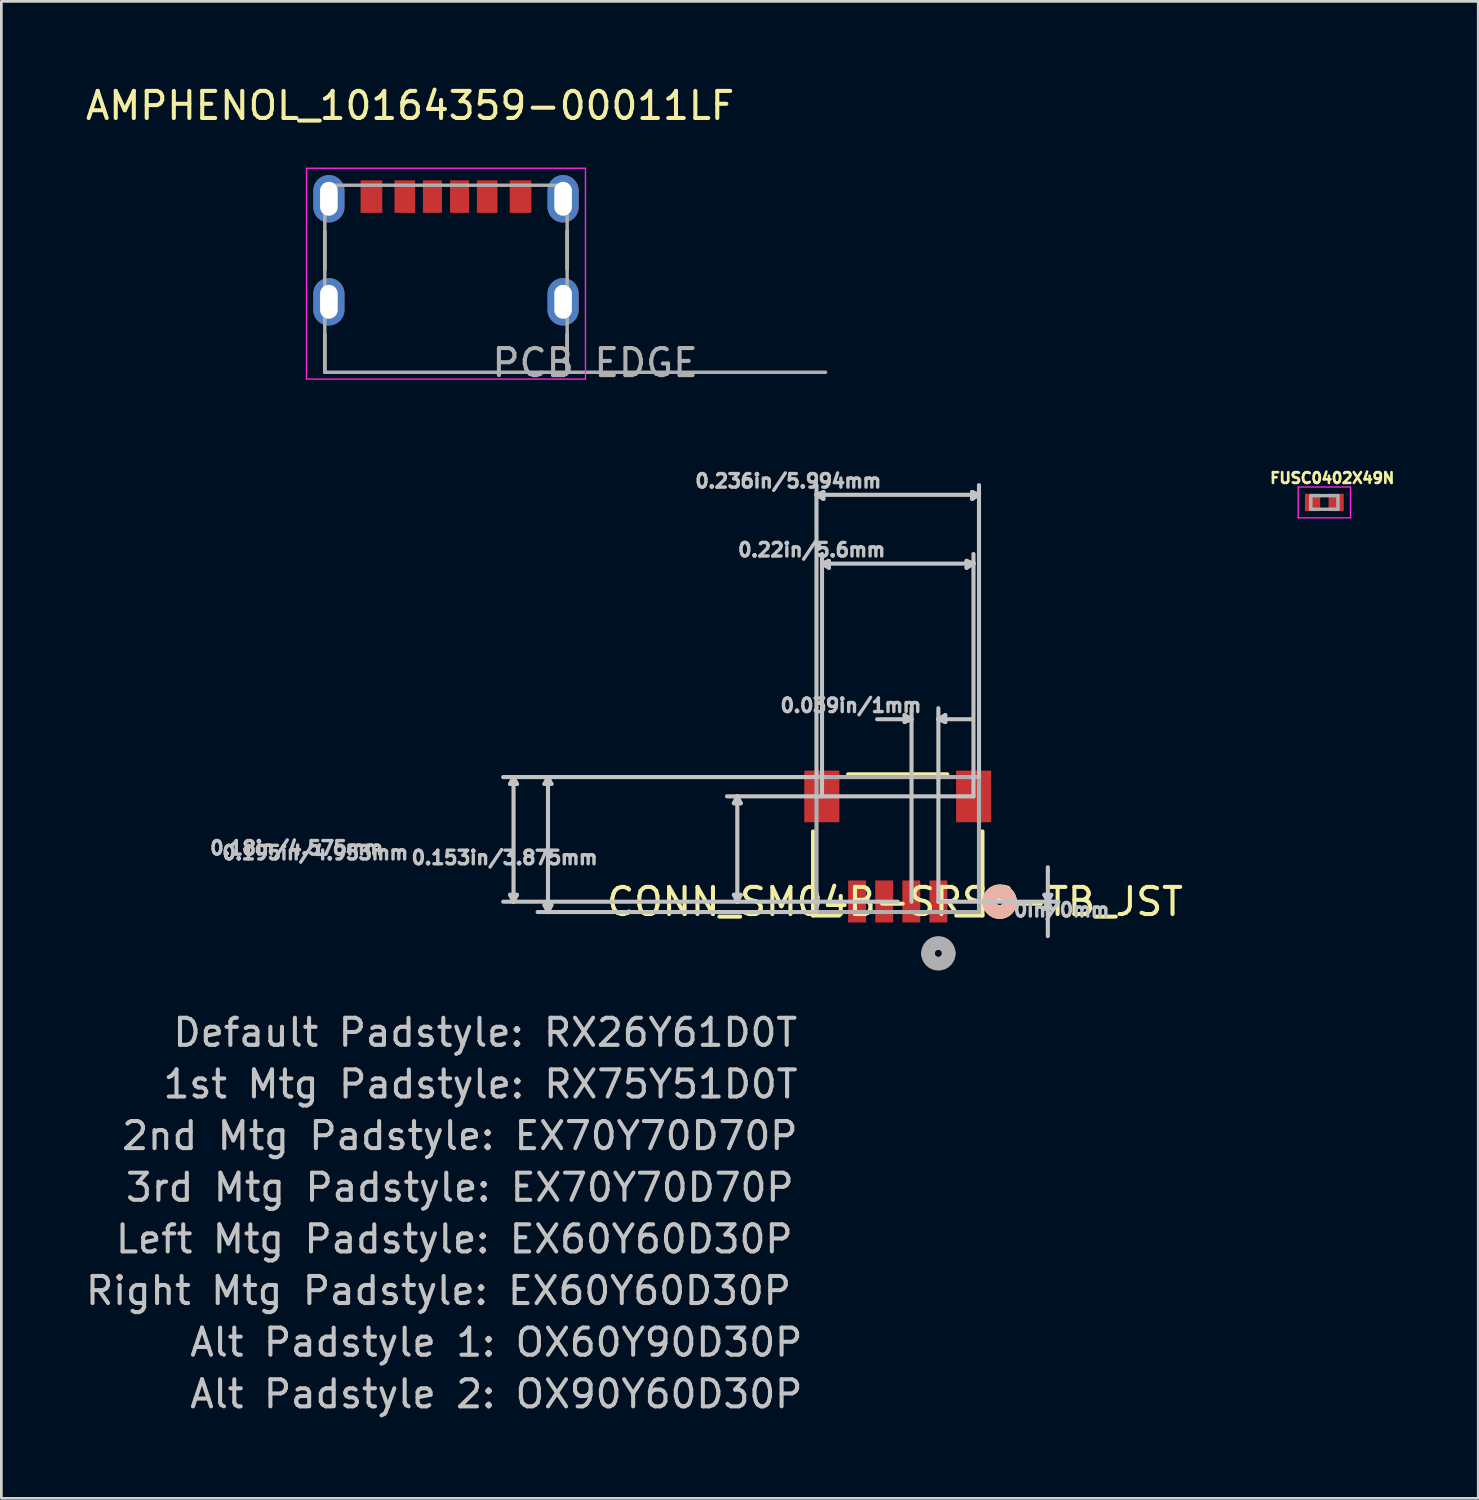
<source format=kicad_pcb>
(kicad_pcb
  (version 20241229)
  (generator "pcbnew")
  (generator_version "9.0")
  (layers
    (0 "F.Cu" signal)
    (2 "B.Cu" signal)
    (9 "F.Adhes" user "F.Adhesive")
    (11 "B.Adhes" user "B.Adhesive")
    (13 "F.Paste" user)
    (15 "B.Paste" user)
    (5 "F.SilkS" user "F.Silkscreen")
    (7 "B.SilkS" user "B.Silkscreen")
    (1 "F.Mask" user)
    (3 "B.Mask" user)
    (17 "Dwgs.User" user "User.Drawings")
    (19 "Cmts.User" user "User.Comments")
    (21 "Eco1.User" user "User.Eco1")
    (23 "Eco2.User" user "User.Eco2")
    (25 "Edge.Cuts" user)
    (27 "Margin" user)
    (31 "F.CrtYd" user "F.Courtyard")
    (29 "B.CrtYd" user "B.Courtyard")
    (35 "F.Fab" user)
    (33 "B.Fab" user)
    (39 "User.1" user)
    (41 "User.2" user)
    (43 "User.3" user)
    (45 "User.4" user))
  (footprint "CONN_SM04B-SRSS-TB_JST"
    (layer "F.Cu")
    (at 30.067 28.105)
    (property "Reference" "CONN_SM04B-SRSS-TB_JST" (at -0.102 2.108 0) (layer "F.SilkS") (effects (font (size 1 1) (thickness 0.15))))
    (attr smd)
    (fp_line (start -3.124 -0.483) (end -3.124 2.616) (stroke (width 0.152) (type solid)) (layer "F.SilkS"))
    (fp_line (start -3.124 2.616) (end -2.159 2.616) (stroke (width 0.152) (type solid)) (layer "F.SilkS"))
    (fp_line (start 1.829 -2.591) (end -1.829 -2.591) (stroke (width 0.152) (type solid)) (layer "F.SilkS"))
    (fp_line (start 2.159 2.616) (end 3.124 2.616) (stroke (width 0.152) (type solid)) (layer "F.SilkS"))
    (fp_line (start 3.124 2.616) (end 3.124 -0.483) (stroke (width 0.152) (type solid)) (layer "F.SilkS"))
    (fp_arc (start 3.3782 2.1082) (mid 3.7592 1.7272) (end 4.1402 2.1082) (stroke (width 0.508) (type solid)) (layer "F.SilkS"))
    (fp_arc (start 4.1402 2.1082) (mid 3.7592 2.4892) (end 3.3782 2.1082) (stroke (width 0.508) (type solid)) (layer "F.SilkS"))
    (fp_arc (start 3.3782 2.1082) (mid 3.7592 1.7272) (end 4.1402 2.1082) (stroke (width 0.508) (type solid)) (layer "B.SilkS"))
    (fp_arc (start 4.1402 2.1082) (mid 3.7592 2.4892) (end 3.3782 2.1082) (stroke (width 0.508) (type solid)) (layer "B.SilkS"))
    (fp_line (start -14.3 -2.235) (end -14.046 -2.235) (stroke (width 0.152) (type solid)) (layer "Dwgs.User"))
    (fp_line (start -14.3 1.854) (end -14.046 1.854) (stroke (width 0.152) (type solid)) (layer "Dwgs.User"))
    (fp_line (start -14.173 -2.489) (end -14.554 -2.489) (stroke (width 0.152) (type solid)) (layer "Dwgs.User"))
    (fp_line (start -14.173 -2.489) (end -14.3 -2.235) (stroke (width 0.152) (type solid)) (layer "Dwgs.User"))
    (fp_line (start -14.173 -2.489) (end -14.173 2.108) (stroke (width 0.152) (type solid)) (layer "Dwgs.User"))
    (fp_line (start -14.173 -2.489) (end -14.046 -2.235) (stroke (width 0.152) (type solid)) (layer "Dwgs.User"))
    (fp_line (start -14.173 2.108) (end -14.554 2.108) (stroke (width 0.152) (type solid)) (layer "Dwgs.User"))
    (fp_line (start -14.173 2.108) (end -14.3 1.854) (stroke (width 0.152) (type solid)) (layer "Dwgs.User"))
    (fp_line (start -14.173 2.108) (end -14.046 1.854) (stroke (width 0.152) (type solid)) (layer "Dwgs.User"))
    (fp_line (start -13.03 -2.235) (end -12.776 -2.235) (stroke (width 0.152) (type solid)) (layer "Dwgs.User"))
    (fp_line (start -13.03 2.235) (end -12.776 2.235) (stroke (width 0.152) (type solid)) (layer "Dwgs.User"))
    (fp_line (start -12.903 -2.489) (end -14.173 -2.489) (stroke (width 0.152) (type solid)) (layer "Dwgs.User"))
    (fp_line (start -12.903 -2.489) (end -13.03 -2.235) (stroke (width 0.152) (type solid)) (layer "Dwgs.User"))
    (fp_line (start -12.903 -2.489) (end -12.903 2.489) (stroke (width 0.152) (type solid)) (layer "Dwgs.User"))
    (fp_line (start -12.903 -2.489) (end -12.776 -2.235) (stroke (width 0.152) (type solid)) (layer "Dwgs.User"))
    (fp_line (start -12.903 2.489) (end -13.284 2.489) (stroke (width 0.152) (type solid)) (layer "Dwgs.User"))
    (fp_line (start -12.903 2.489) (end -13.03 2.235) (stroke (width 0.152) (type solid)) (layer "Dwgs.User"))
    (fp_line (start -12.903 2.489) (end -12.776 2.235) (stroke (width 0.152) (type solid)) (layer "Dwgs.User"))
    (fp_line (start -6.045 -1.524) (end -5.791 -1.524) (stroke (width 0.152) (type solid)) (layer "Dwgs.User"))
    (fp_line (start -6.045 1.854) (end -5.791 1.854) (stroke (width 0.152) (type solid)) (layer "Dwgs.User"))
    (fp_line (start -5.918 -1.778) (end -6.299 -1.778) (stroke (width 0.152) (type solid)) (layer "Dwgs.User"))
    (fp_line (start -5.918 -1.778) (end -6.045 -1.524) (stroke (width 0.152) (type solid)) (layer "Dwgs.User"))
    (fp_line (start -5.918 -1.778) (end -5.918 2.108) (stroke (width 0.152) (type solid)) (layer "Dwgs.User"))
    (fp_line (start -5.918 -1.778) (end -5.791 -1.524) (stroke (width 0.152) (type solid)) (layer "Dwgs.User"))
    (fp_line (start -5.918 2.108) (end -14.173 2.108) (stroke (width 0.152) (type solid)) (layer "Dwgs.User"))
    (fp_line (start -5.918 2.108) (end -6.045 1.854) (stroke (width 0.152) (type solid)) (layer "Dwgs.User"))
    (fp_line (start -5.918 2.108) (end -5.791 1.854) (stroke (width 0.152) (type solid)) (layer "Dwgs.User"))
    (fp_line (start -2.997 -12.903) (end -2.997 -13.259) (stroke (width 0.152) (type solid)) (layer "Dwgs.User"))
    (fp_line (start -2.997 -12.903) (end -2.743 -13.005) (stroke (width 0.152) (type solid)) (layer "Dwgs.User"))
    (fp_line (start -2.997 -12.903) (end -2.743 -12.751) (stroke (width 0.152) (type solid)) (layer "Dwgs.User"))
    (fp_line (start -2.997 -12.903) (end 2.997 -12.903) (stroke (width 0.152) (type solid)) (layer "Dwgs.User"))
    (fp_line (start -2.997 -2.489) (end -12.903 -2.489) (stroke (width 0.152) (type solid)) (layer "Dwgs.User"))
    (fp_line (start -2.997 -2.489) (end -2.997 -12.903) (stroke (width 0.152) (type solid)) (layer "Dwgs.User"))
    (fp_line (start -2.997 2.489) (end -12.903 2.489) (stroke (width 0.152) (type solid)) (layer "Dwgs.User"))
    (fp_line (start -2.794 -10.363) (end -2.794 -10.719) (stroke (width 0.152) (type solid)) (layer "Dwgs.User"))
    (fp_line (start -2.794 -10.363) (end -2.54 -10.465) (stroke (width 0.152) (type solid)) (layer "Dwgs.User"))
    (fp_line (start -2.794 -10.363) (end -2.54 -10.211) (stroke (width 0.152) (type solid)) (layer "Dwgs.User"))
    (fp_line (start -2.794 -10.363) (end 2.794 -10.363) (stroke (width 0.152) (type solid)) (layer "Dwgs.User"))
    (fp_line (start -2.794 -1.778) (end -2.794 -10.363) (stroke (width 0.152) (type solid)) (layer "Dwgs.User"))
    (fp_line (start -2.743 -13.005) (end -2.743 -12.751) (stroke (width 0.152) (type solid)) (layer "Dwgs.User"))
    (fp_line (start -2.54 -10.465) (end -2.54 -10.211) (stroke (width 0.152) (type solid)) (layer "Dwgs.User"))
    (fp_line (start 0 2.108) (end -5.918 2.108) (stroke (width 0.152) (type solid)) (layer "Dwgs.User"))
    (fp_line (start 0.254 -4.775) (end 0.254 -4.521) (stroke (width 0.152) (type solid)) (layer "Dwgs.User"))
    (fp_line (start 0.508 -4.623) (end -0.762 -4.623) (stroke (width 0.152) (type solid)) (layer "Dwgs.User"))
    (fp_line (start 0.508 -4.623) (end 0.254 -4.775) (stroke (width 0.152) (type solid)) (layer "Dwgs.User"))
    (fp_line (start 0.508 -4.623) (end 0.254 -4.521) (stroke (width 0.152) (type solid)) (layer "Dwgs.User"))
    (fp_line (start 0.508 -4.623) (end 0.508 -5.029) (stroke (width 0.152) (type solid)) (layer "Dwgs.User"))
    (fp_line (start 0.508 2.108) (end 0.508 -4.623) (stroke (width 0.152) (type solid)) (layer "Dwgs.User"))
    (fp_line (start 1.499 -4.623) (end 1.499 -5.029) (stroke (width 0.152) (type solid)) (layer "Dwgs.User"))
    (fp_line (start 1.499 -4.623) (end 1.753 -4.775) (stroke (width 0.152) (type solid)) (layer "Dwgs.User"))
    (fp_line (start 1.499 -4.623) (end 1.753 -4.521) (stroke (width 0.152) (type solid)) (layer "Dwgs.User"))
    (fp_line (start 1.499 -4.623) (end 2.769 -4.623) (stroke (width 0.152) (type solid)) (layer "Dwgs.User"))
    (fp_line (start 1.499 2.108) (end 1.499 -4.623) (stroke (width 0.152) (type solid)) (layer "Dwgs.User"))
    (fp_line (start 1.499 2.108) (end 5.537 2.108) (stroke (width 0.152) (type solid)) (layer "Dwgs.User"))
    (fp_line (start 1.753 -4.775) (end 1.753 -4.521) (stroke (width 0.152) (type solid)) (layer "Dwgs.User"))
    (fp_line (start 2.54 -10.465) (end 2.54 -10.211) (stroke (width 0.152) (type solid)) (layer "Dwgs.User"))
    (fp_line (start 2.743 -13.005) (end 2.743 -12.751) (stroke (width 0.152) (type solid)) (layer "Dwgs.User"))
    (fp_line (start 2.794 -10.363) (end 2.54 -10.465) (stroke (width 0.152) (type solid)) (layer "Dwgs.User"))
    (fp_line (start 2.794 -10.363) (end 2.54 -10.211) (stroke (width 0.152) (type solid)) (layer "Dwgs.User"))
    (fp_line (start 2.794 -10.363) (end 2.794 -10.719) (stroke (width 0.152) (type solid)) (layer "Dwgs.User"))
    (fp_line (start 2.794 -1.778) (end -5.918 -1.778) (stroke (width 0.152) (type solid)) (layer "Dwgs.User"))
    (fp_line (start 2.794 -1.778) (end 2.794 -10.363) (stroke (width 0.152) (type solid)) (layer "Dwgs.User"))
    (fp_line (start 2.997 -12.903) (end 2.743 -13.005) (stroke (width 0.152) (type solid)) (layer "Dwgs.User"))
    (fp_line (start 2.997 -12.903) (end 2.743 -12.751) (stroke (width 0.152) (type solid)) (layer "Dwgs.User"))
    (fp_line (start 2.997 -12.903) (end 2.997 -13.259) (stroke (width 0.152) (type solid)) (layer "Dwgs.User"))
    (fp_line (start 2.997 -2.489) (end 2.997 -12.903) (stroke (width 0.152) (type solid)) (layer "Dwgs.User"))
    (fp_line (start 5.41 1.854) (end 5.664 1.854) (stroke (width 0.152) (type solid)) (layer "Dwgs.User"))
    (fp_line (start 5.41 2.362) (end 5.664 2.362) (stroke (width 0.152) (type solid)) (layer "Dwgs.User"))
    (fp_line (start 5.537 2.108) (end 5.41 1.854) (stroke (width 0.152) (type solid)) (layer "Dwgs.User"))
    (fp_line (start 5.537 2.108) (end 5.41 2.362) (stroke (width 0.152) (type solid)) (layer "Dwgs.User"))
    (fp_line (start 5.537 2.108) (end 5.537 0.838) (stroke (width 0.152) (type solid)) (layer "Dwgs.User"))
    (fp_line (start 5.537 2.108) (end 5.537 3.378) (stroke (width 0.152) (type solid)) (layer "Dwgs.User"))
    (fp_line (start 5.537 2.108) (end 5.664 1.854) (stroke (width 0.152) (type solid)) (layer "Dwgs.User"))
    (fp_line (start 5.537 2.108) (end 5.664 2.362) (stroke (width 0.152) (type solid)) (layer "Dwgs.User"))
    (fp_line (start 5.537 2.108) (end 5.918 2.108) (stroke (width 0.152) (type solid)) (layer "Dwgs.User"))
    (fp_line (start -2.997 -2.489) (end -2.997 2.489) (stroke (width 0.152) (type solid)) (layer "F.Fab"))
    (fp_line (start -2.997 2.489) (end 2.997 2.489) (stroke (width 0.152) (type solid)) (layer "F.Fab"))
    (fp_line (start 2.997 -2.489) (end -2.997 -2.489) (stroke (width 0.152) (type solid)) (layer "F.Fab"))
    (fp_line (start 2.997 2.489) (end 2.997 -2.489) (stroke (width 0.152) (type solid)) (layer "F.Fab"))
    (fp_arc (start 1.1176 4.0132) (mid 1.4986 3.6322) (end 1.8796 4.0132) (stroke (width 0.508) (type solid)) (layer "F.Fab"))
    (fp_arc (start 1.8796 4.0132) (mid 1.4986 4.3942) (end 1.1176 4.0132) (stroke (width 0.508) (type solid)) (layer "F.Fab"))
    (fp_text user "0.195in/4.953mm" (at -21.488 0.305 0) (layer "Dwgs.User") (effects (font (size 0.5 0.5) (thickness 0.15))))
    (fp_text user "1st Mtg Padstyle: RX75Y51D0T" (at -15.392 8.839 0) (layer "Dwgs.User") (effects (font (size 1 1) (thickness 0.15))))
    (fp_text user "2nd Mtg Padstyle: EX70Y70D70P" (at -16.154 10.744 0) (layer "Dwgs.User") (effects (font (size 1 1) (thickness 0.15))))
    (fp_text user "Left Mtg Padstyle: EX60Y60D30P" (at -16.358 14.554 0) (layer "Dwgs.User") (effects (font (size 1 1) (thickness 0.15))))
    (fp_text user "0.153in/3.875mm" (at -14.503 0.483 0) (layer "Dwgs.User") (effects (font (size 0.5 0.5) (thickness 0.15))))
    (fp_text user "0.236in/5.994mm" (at -4.039 -13.411 0) (layer "Dwgs.User") (effects (font (size 0.5 0.5) (thickness 0.15))))
    (fp_text user "0.039in/1mm" (at -1.727 -5.131 0) (layer "Dwgs.User") (effects (font (size 0.5 0.5) (thickness 0.15))))
    (fp_text user "0.18in/4.575mm" (at -22.174 0.127 0) (layer "Dwgs.User") (effects (font (size 0.5 0.5) (thickness 0.15))))
    (fp_text user "0in/0mm" (at 6.045 2.413 0) (layer "Dwgs.User") (effects (font (size 0.5 0.5) (thickness 0.15))))
    (fp_text user "Right Mtg Padstyle: EX60Y60D30P" (at -16.942 16.459 0) (layer "Dwgs.User") (effects (font (size 1 1) (thickness 0.15))))
    (fp_text user "0.22in/5.6mm" (at -3.175 -10.871 0) (layer "Dwgs.User") (effects (font (size 0.5 0.5) (thickness 0.15))))
    (fp_text user "3rd Mtg Padstyle: EX70Y70D70P" (at -16.154 12.649 0) (layer "Dwgs.User") (effects (font (size 1 1) (thickness 0.15))))
    (fp_text user "Default Padstyle: RX26Y61D0T" (at -15.215 6.934 0) (layer "Dwgs.User") (effects (font (size 1 1) (thickness 0.15))))
    (fp_text user "Alt Padstyle 2: OX90Y60D30P" (at -14.808 20.269 0) (layer "Dwgs.User") (effects (font (size 1 1) (thickness 0.15))))
    (fp_text user "Alt Padstyle 1: OX60Y90D30P" (at -14.808 18.364 0) (layer "Dwgs.User") (effects (font (size 1 1) (thickness 0.15))))
    (pad "1" smd rect (at 1.5 2.099) (size 0.66 1.549) (layers "F.Cu" "F.Mask" "F.Paste"))
    (pad "2" smd rect (at 0.5 2.099) (size 0.66 1.549) (layers "F.Cu" "F.Mask" "F.Paste"))
    (pad "3" smd rect (at -0.5 2.099) (size 0.66 1.549) (layers "F.Cu" "F.Mask" "F.Paste"))
    (pad "4" smd rect (at -1.5 2.099) (size 0.66 1.549) (layers "F.Cu" "F.Mask" "F.Paste"))
    (pad "5" smd rect (at -2.8 -1.776) (size 1.295 1.905) (layers "F.Cu" "F.Mask" "F.Paste"))
    (pad "6" smd rect (at 2.8 -1.776) (size 1.295 1.905) (layers "F.Cu" "F.Mask" "F.Paste")))
  (footprint "FUSC0402X49N"
    (layer "F.Cu")
    (at 45.805 15.485)
    (property "Reference" "FUSC0402X49N" (at 0.29 -0.9 0) (layer "F.SilkS") (effects (font (size 0.394 0.394) (thickness 0.15))))
    (attr smd)
    (fp_line (start -0.965 -0.569) (end 0.965 -0.569) (stroke (width 0.05) (type solid)) (layer "F.CrtYd"))
    (fp_line (start -0.965 0.569) (end -0.965 -0.569) (stroke (width 0.05) (type solid)) (layer "F.CrtYd"))
    (fp_line (start -0.965 0.569) (end 0.965 0.569) (stroke (width 0.05) (type solid)) (layer "F.CrtYd"))
    (fp_line (start 0.965 0.569) (end 0.965 -0.569) (stroke (width 0.05) (type solid)) (layer "F.CrtYd"))
    (fp_line (start -0.5 0.25) (end -0.5 -0.25) (stroke (width 0.127) (type solid)) (layer "F.Fab"))
    (fp_line (start 0.5 -0.25) (end -0.5 -0.25) (stroke (width 0.127) (type solid)) (layer "F.Fab"))
    (fp_line (start 0.5 0.25) (end -0.5 0.25) (stroke (width 0.127) (type solid)) (layer "F.Fab"))
    (fp_line (start 0.5 0.25) (end 0.5 -0.25) (stroke (width 0.127) (type solid)) (layer "F.Fab"))
    (pad "1" smd rect (at -0.435 0) (size 0.56 0.64) (layers "F.Cu" "F.Mask" "F.Paste"))
    (pad "2" smd rect (at 0.435 0) (size 0.56 0.64) (layers "F.Cu" "F.Mask" "F.Paste")))
  (footprint "AMPHENOL_10164359-00011LF"
    (layer "F.Cu")
    (at 13.402 7.233)
    (property "Reference" "AMPHENOL_10164359-00011LF" (at -1.325 -6.385 0) (layer "F.SilkS") (effects (font (size 1 1) (thickness 0.15))))
    (attr smd)
    (fp_line (start -4.47 -1.755) (end -4.47 -0.345) (stroke (width 0.127) (type solid)) (layer "F.SilkS"))
    (fp_line (start -4.47 3.45) (end -4.47 2.045) (stroke (width 0.127) (type solid)) (layer "F.SilkS"))
    (fp_line (start 4.47 -1.755) (end 4.47 -0.345) (stroke (width 0.127) (type solid)) (layer "F.SilkS"))
    (fp_line (start 4.47 3.45) (end 4.47 2.045) (stroke (width 0.127) (type solid)) (layer "F.SilkS"))
    (fp_line (start -5.145 -4.075) (end -5.145 3.7) (stroke (width 0.05) (type solid)) (layer "F.CrtYd"))
    (fp_line (start -5.145 3.7) (end 5.145 3.7) (stroke (width 0.05) (type solid)) (layer "F.CrtYd"))
    (fp_line (start 5.145 -4.075) (end -5.145 -4.075) (stroke (width 0.05) (type solid)) (layer "F.CrtYd"))
    (fp_line (start 5.145 3.7) (end 5.145 -4.075) (stroke (width 0.05) (type solid)) (layer "F.CrtYd"))
    (fp_line (start -4.47 -3.45) (end 4.47 -3.45) (stroke (width 0.127) (type solid)) (layer "F.Fab"))
    (fp_line (start -4.47 3.45) (end -4.47 -3.45) (stroke (width 0.127) (type solid)) (layer "F.Fab"))
    (fp_line (start 4.47 -3.45) (end 4.47 3.45) (stroke (width 0.127) (type solid)) (layer "F.Fab"))
    (fp_line (start 4.47 3.45) (end -4.47 3.45) (stroke (width 0.127) (type solid)) (layer "F.Fab"))
    (fp_line (start 14 3.45) (end 4.47 3.45) (stroke (width 0.127) (type solid)) (layer "F.Fab"))
    (fp_text user "PCB EDGE" (at 5.5 3.1 0) (layer "F.Fab") (effects (font (size 1 1) (thickness 0.15))))
    (pad "A5" smd rect (at -0.5 -3.03) (size 0.7 1.2) (layers "F.Cu" "F.Mask" "F.Paste"))
    (pad "A9" smd rect (at 1.52 -3.03) (size 0.76 1.2) (layers "F.Cu" "F.Mask" "F.Paste"))
    (pad "A12" smd rect (at 2.75 -3.03) (size 0.8 1.2) (layers "F.Cu" "F.Mask" "F.Paste"))
    (pad "B5" smd rect (at 0.5 -3.03) (size 0.7 1.2) (layers "F.Cu" "F.Mask" "F.Paste"))
    (pad "B9" smd rect (at -1.52 -3.03) (size 0.76 1.2) (layers "F.Cu" "F.Mask" "F.Paste"))
    (pad "B12" smd rect (at -2.75 -3.03) (size 0.8 1.2) (layers "F.Cu" "F.Mask" "F.Paste"))
    (pad "SH1" thru_hole oval (at -4.32 -2.95) (size 1.15 1.75) (drill oval 0.65 1.25) (layers "*.Cu" "*.Mask"))
    (pad "SH2" thru_hole oval (at 4.32 -2.95) (size 1.15 1.75) (drill oval 0.65 1.25) (layers "*.Cu" "*.Mask"))
    (pad "SH3" thru_hole oval (at -4.32 0.85) (size 1.15 1.75) (drill oval 0.65 1.25) (layers "*.Cu" "*.Mask"))
    (pad "SH4" thru_hole oval (at 4.32 0.85) (size 1.15 1.75) (drill oval 0.65 1.25) (layers "*.Cu" "*.Mask")))
  (gr_rect
    (start -3 -3)
    (end 51.481 52.222)
    (stroke (width 0.1) (type default))
    (fill no)
    (layer "Edge.Cuts")))
</source>
